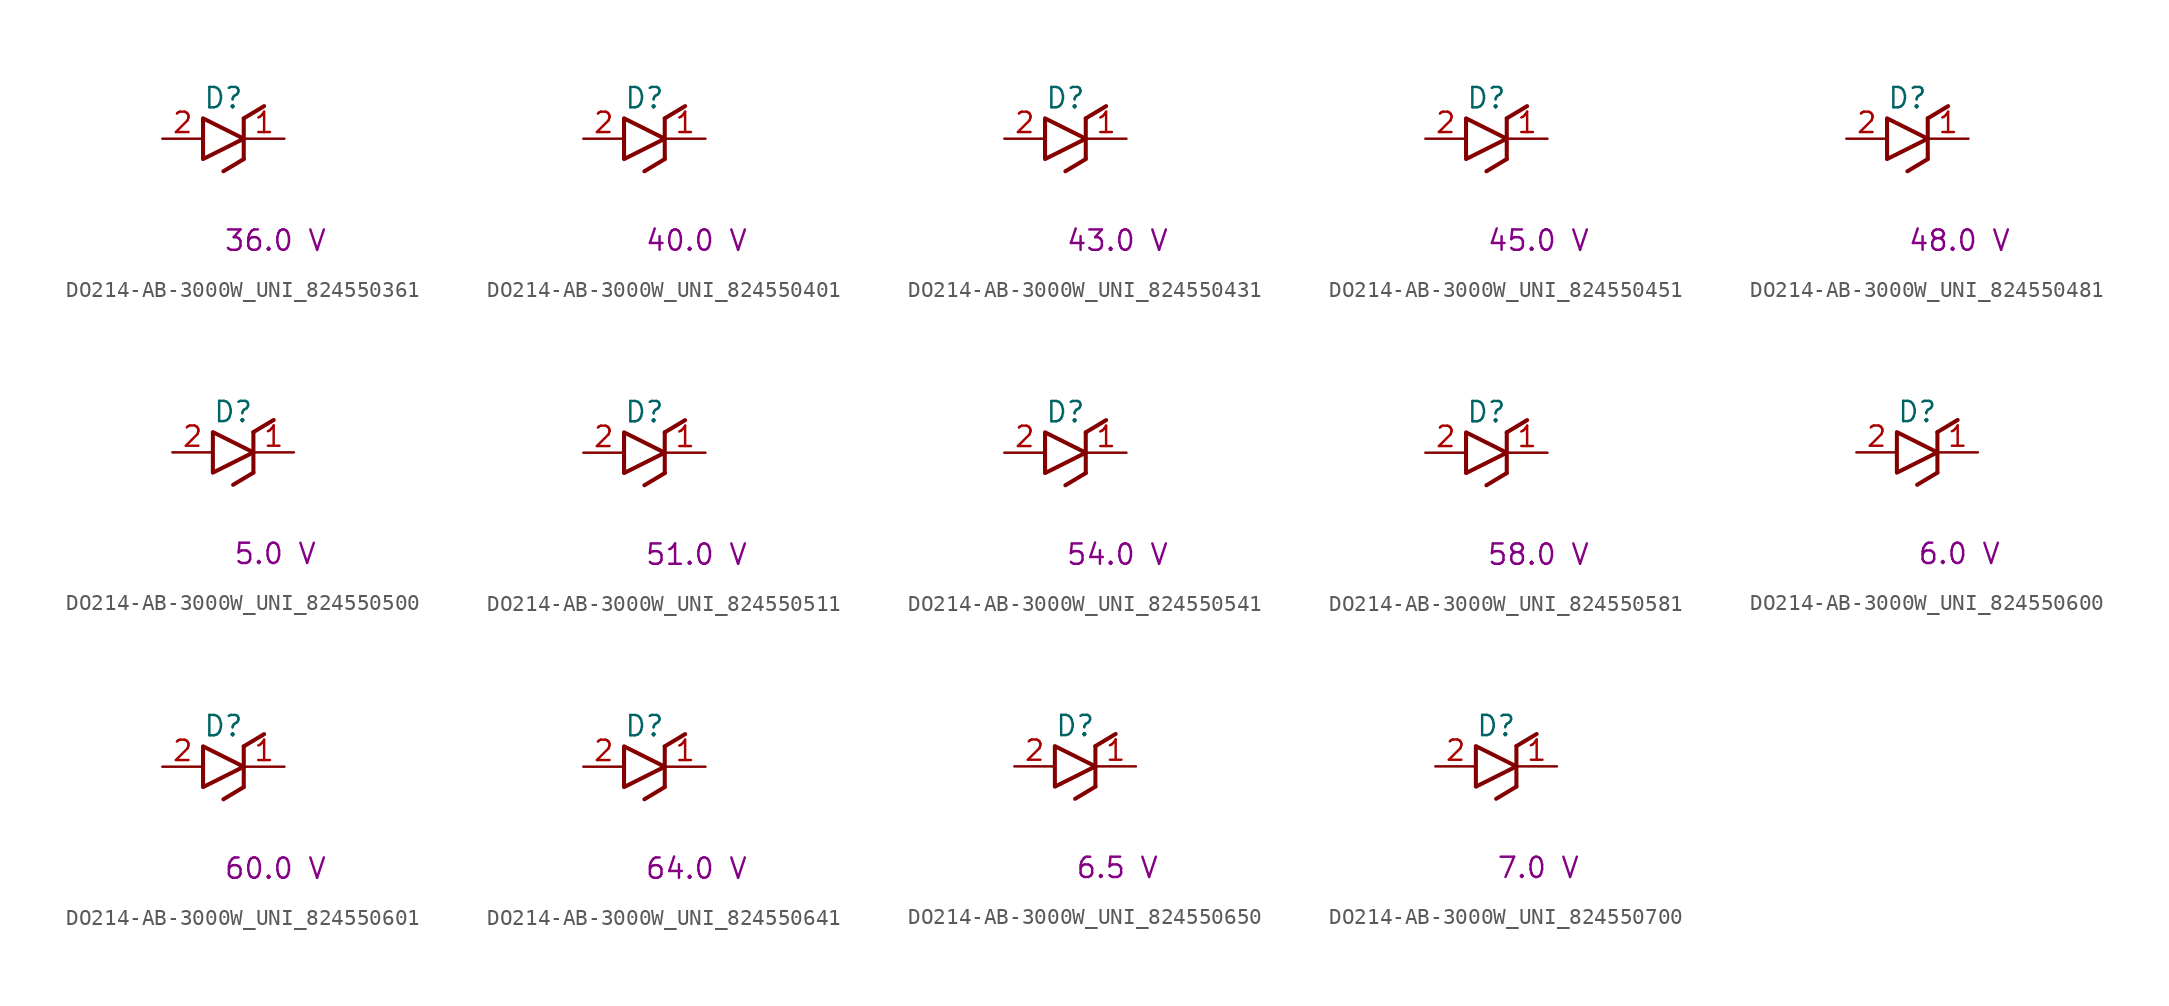
<source format=kicad_sym>
(kicad_symbol_lib
  (version 20220914)
  (generator kicad_symbol_editor)
  (symbol "DO214-AB-3000W_UNI_824550361"
    (pin_names hide)
    (property "Reference" "D"
      (at 0 2.54 0)
      (effects (font (size 1.27 1.27))))
    (property "Critical Parameter" "36.0 V"
      (at 0 -6.35 0)
      (effects (font (size 1.27 1.27)) (justify left)))
    (symbol "DO214-AB-3000W_UNI_824550361_1_1"
      (polyline (pts (xy 1.27 -1.27) (xy 0 -2.032)) (stroke (width 0.254) (type default)) (fill (type none)))
      (polyline (pts (xy 1.27 1.27) (xy 1.27 -1.27)) (stroke (width 0.254) (type default)) (fill (type none)))
      (polyline (pts (xy 1.27 1.27) (xy 2.54 2.032)) (stroke (width 0.254) (type default)) (fill (type none)))
      (polyline (pts (xy -1.27 1.27) (xy -1.27 -1.27) (xy 1.27 0) (xy -1.27 1.27)) (stroke (width 0.254) (type default)) (fill (type none)))
      (pin passive line (at -3.81 0 0) (length 2.54) (name "Anode" (effects (font (size 1.27 1.27)))) (number "2" (effects (font (size 1.27 1.27)))))
      (pin passive line (at 3.81 0 180) (length 2.54) (name "Cathode" (effects (font (size 1.27 1.27)))) (number "1" (effects (font (size 1.27 1.27)))))))
  (symbol "DO214-AB-3000W_UNI_824550401"
    (pin_names hide)
    (property "Reference" "D"
      (at 0 2.54 0)
      (effects (font (size 1.27 1.27))))
    (property "Critical Parameter" "40.0 V"
      (at 0 -6.35 0)
      (effects (font (size 1.27 1.27)) (justify left)))
    (symbol "DO214-AB-3000W_UNI_824550401_1_1"
      (polyline (pts (xy 1.27 -1.27) (xy 0 -2.032)) (stroke (width 0.254) (type default)) (fill (type none)))
      (polyline (pts (xy 1.27 1.27) (xy 1.27 -1.27)) (stroke (width 0.254) (type default)) (fill (type none)))
      (polyline (pts (xy 1.27 1.27) (xy 2.54 2.032)) (stroke (width 0.254) (type default)) (fill (type none)))
      (polyline (pts (xy -1.27 1.27) (xy -1.27 -1.27) (xy 1.27 0) (xy -1.27 1.27)) (stroke (width 0.254) (type default)) (fill (type none)))
      (pin passive line (at -3.81 0 0) (length 2.54) (name "Anode" (effects (font (size 1.27 1.27)))) (number "2" (effects (font (size 1.27 1.27)))))
      (pin passive line (at 3.81 0 180) (length 2.54) (name "Cathode" (effects (font (size 1.27 1.27)))) (number "1" (effects (font (size 1.27 1.27)))))))
  (symbol "DO214-AB-3000W_UNI_824550431"
    (pin_names hide)
    (property "Reference" "D"
      (at 0 2.54 0)
      (effects (font (size 1.27 1.27))))
    (property "Critical Parameter" "43.0 V"
      (at 0 -6.35 0)
      (effects (font (size 1.27 1.27)) (justify left)))
    (symbol "DO214-AB-3000W_UNI_824550431_1_1"
      (polyline (pts (xy 1.27 -1.27) (xy 0 -2.032)) (stroke (width 0.254) (type default)) (fill (type none)))
      (polyline (pts (xy 1.27 1.27) (xy 1.27 -1.27)) (stroke (width 0.254) (type default)) (fill (type none)))
      (polyline (pts (xy 1.27 1.27) (xy 2.54 2.032)) (stroke (width 0.254) (type default)) (fill (type none)))
      (polyline (pts (xy -1.27 1.27) (xy -1.27 -1.27) (xy 1.27 0) (xy -1.27 1.27)) (stroke (width 0.254) (type default)) (fill (type none)))
      (pin passive line (at -3.81 0 0) (length 2.54) (name "Anode" (effects (font (size 1.27 1.27)))) (number "2" (effects (font (size 1.27 1.27)))))
      (pin passive line (at 3.81 0 180) (length 2.54) (name "Cathode" (effects (font (size 1.27 1.27)))) (number "1" (effects (font (size 1.27 1.27)))))))
  (symbol "DO214-AB-3000W_UNI_824550451"
    (pin_names hide)
    (property "Reference" "D"
      (at 0 2.54 0)
      (effects (font (size 1.27 1.27))))
    (property "Critical Parameter" "45.0 V"
      (at 0 -6.35 0)
      (effects (font (size 1.27 1.27)) (justify left)))
    (symbol "DO214-AB-3000W_UNI_824550451_1_1"
      (polyline (pts (xy 1.27 -1.27) (xy 0 -2.032)) (stroke (width 0.254) (type default)) (fill (type none)))
      (polyline (pts (xy 1.27 1.27) (xy 1.27 -1.27)) (stroke (width 0.254) (type default)) (fill (type none)))
      (polyline (pts (xy 1.27 1.27) (xy 2.54 2.032)) (stroke (width 0.254) (type default)) (fill (type none)))
      (polyline (pts (xy -1.27 1.27) (xy -1.27 -1.27) (xy 1.27 0) (xy -1.27 1.27)) (stroke (width 0.254) (type default)) (fill (type none)))
      (pin passive line (at -3.81 0 0) (length 2.54) (name "Anode" (effects (font (size 1.27 1.27)))) (number "2" (effects (font (size 1.27 1.27)))))
      (pin passive line (at 3.81 0 180) (length 2.54) (name "Cathode" (effects (font (size 1.27 1.27)))) (number "1" (effects (font (size 1.27 1.27)))))))
  (symbol "DO214-AB-3000W_UNI_824550481"
    (pin_names hide)
    (property "Reference" "D"
      (at 0 2.54 0)
      (effects (font (size 1.27 1.27))))
    (property "Critical Parameter" "48.0 V"
      (at 0 -6.35 0)
      (effects (font (size 1.27 1.27)) (justify left)))
    (symbol "DO214-AB-3000W_UNI_824550481_1_1"
      (polyline (pts (xy 1.27 -1.27) (xy 0 -2.032)) (stroke (width 0.254) (type default)) (fill (type none)))
      (polyline (pts (xy 1.27 1.27) (xy 1.27 -1.27)) (stroke (width 0.254) (type default)) (fill (type none)))
      (polyline (pts (xy 1.27 1.27) (xy 2.54 2.032)) (stroke (width 0.254) (type default)) (fill (type none)))
      (polyline (pts (xy -1.27 1.27) (xy -1.27 -1.27) (xy 1.27 0) (xy -1.27 1.27)) (stroke (width 0.254) (type default)) (fill (type none)))
      (pin passive line (at -3.81 0 0) (length 2.54) (name "Anode" (effects (font (size 1.27 1.27)))) (number "2" (effects (font (size 1.27 1.27)))))
      (pin passive line (at 3.81 0 180) (length 2.54) (name "Cathode" (effects (font (size 1.27 1.27)))) (number "1" (effects (font (size 1.27 1.27)))))))
  (symbol "DO214-AB-3000W_UNI_824550500"
    (pin_names hide)
    (property "Reference" "D"
      (at 0 2.54 0)
      (effects (font (size 1.27 1.27))))
    (property "Critical Parameter" "5.0 V"
      (at 0 -6.35 0)
      (effects (font (size 1.27 1.27)) (justify left)))
    (symbol "DO214-AB-3000W_UNI_824550500_1_1"
      (polyline (pts (xy 1.27 -1.27) (xy 0 -2.032)) (stroke (width 0.254) (type default)) (fill (type none)))
      (polyline (pts (xy 1.27 1.27) (xy 1.27 -1.27)) (stroke (width 0.254) (type default)) (fill (type none)))
      (polyline (pts (xy 1.27 1.27) (xy 2.54 2.032)) (stroke (width 0.254) (type default)) (fill (type none)))
      (polyline (pts (xy -1.27 1.27) (xy -1.27 -1.27) (xy 1.27 0) (xy -1.27 1.27)) (stroke (width 0.254) (type default)) (fill (type none)))
      (pin passive line (at -3.81 0 0) (length 2.54) (name "Anode" (effects (font (size 1.27 1.27)))) (number "2" (effects (font (size 1.27 1.27)))))
      (pin passive line (at 3.81 0 180) (length 2.54) (name "Cathode" (effects (font (size 1.27 1.27)))) (number "1" (effects (font (size 1.27 1.27)))))))
  (symbol "DO214-AB-3000W_UNI_824550511"
    (pin_names hide)
    (property "Reference" "D"
      (at 0 2.54 0)
      (effects (font (size 1.27 1.27))))
    (property "Critical Parameter" "51.0 V"
      (at 0 -6.35 0)
      (effects (font (size 1.27 1.27)) (justify left)))
    (symbol "DO214-AB-3000W_UNI_824550511_1_1"
      (polyline (pts (xy 1.27 -1.27) (xy 0 -2.032)) (stroke (width 0.254) (type default)) (fill (type none)))
      (polyline (pts (xy 1.27 1.27) (xy 1.27 -1.27)) (stroke (width 0.254) (type default)) (fill (type none)))
      (polyline (pts (xy 1.27 1.27) (xy 2.54 2.032)) (stroke (width 0.254) (type default)) (fill (type none)))
      (polyline (pts (xy -1.27 1.27) (xy -1.27 -1.27) (xy 1.27 0) (xy -1.27 1.27)) (stroke (width 0.254) (type default)) (fill (type none)))
      (pin passive line (at -3.81 0 0) (length 2.54) (name "Anode" (effects (font (size 1.27 1.27)))) (number "2" (effects (font (size 1.27 1.27)))))
      (pin passive line (at 3.81 0 180) (length 2.54) (name "Cathode" (effects (font (size 1.27 1.27)))) (number "1" (effects (font (size 1.27 1.27)))))))
  (symbol "DO214-AB-3000W_UNI_824550541"
    (pin_names hide)
    (property "Reference" "D"
      (at 0 2.54 0)
      (effects (font (size 1.27 1.27))))
    (property "Critical Parameter" "54.0 V"
      (at 0 -6.35 0)
      (effects (font (size 1.27 1.27)) (justify left)))
    (symbol "DO214-AB-3000W_UNI_824550541_1_1"
      (polyline (pts (xy 1.27 -1.27) (xy 0 -2.032)) (stroke (width 0.254) (type default)) (fill (type none)))
      (polyline (pts (xy 1.27 1.27) (xy 1.27 -1.27)) (stroke (width 0.254) (type default)) (fill (type none)))
      (polyline (pts (xy 1.27 1.27) (xy 2.54 2.032)) (stroke (width 0.254) (type default)) (fill (type none)))
      (polyline (pts (xy -1.27 1.27) (xy -1.27 -1.27) (xy 1.27 0) (xy -1.27 1.27)) (stroke (width 0.254) (type default)) (fill (type none)))
      (pin passive line (at -3.81 0 0) (length 2.54) (name "Anode" (effects (font (size 1.27 1.27)))) (number "2" (effects (font (size 1.27 1.27)))))
      (pin passive line (at 3.81 0 180) (length 2.54) (name "Cathode" (effects (font (size 1.27 1.27)))) (number "1" (effects (font (size 1.27 1.27)))))))
  (symbol "DO214-AB-3000W_UNI_824550581"
    (pin_names hide)
    (property "Reference" "D"
      (at 0 2.54 0)
      (effects (font (size 1.27 1.27))))
    (property "Critical Parameter" "58.0 V"
      (at 0 -6.35 0)
      (effects (font (size 1.27 1.27)) (justify left)))
    (symbol "DO214-AB-3000W_UNI_824550581_1_1"
      (polyline (pts (xy 1.27 -1.27) (xy 0 -2.032)) (stroke (width 0.254) (type default)) (fill (type none)))
      (polyline (pts (xy 1.27 1.27) (xy 1.27 -1.27)) (stroke (width 0.254) (type default)) (fill (type none)))
      (polyline (pts (xy 1.27 1.27) (xy 2.54 2.032)) (stroke (width 0.254) (type default)) (fill (type none)))
      (polyline (pts (xy -1.27 1.27) (xy -1.27 -1.27) (xy 1.27 0) (xy -1.27 1.27)) (stroke (width 0.254) (type default)) (fill (type none)))
      (pin passive line (at -3.81 0 0) (length 2.54) (name "Anode" (effects (font (size 1.27 1.27)))) (number "2" (effects (font (size 1.27 1.27)))))
      (pin passive line (at 3.81 0 180) (length 2.54) (name "Cathode" (effects (font (size 1.27 1.27)))) (number "1" (effects (font (size 1.27 1.27)))))))
  (symbol "DO214-AB-3000W_UNI_824550600"
    (pin_names hide)
    (property "Reference" "D"
      (at 0 2.54 0)
      (effects (font (size 1.27 1.27))))
    (property "Critical Parameter" "6.0 V"
      (at 0 -6.35 0)
      (effects (font (size 1.27 1.27)) (justify left)))
    (symbol "DO214-AB-3000W_UNI_824550600_1_1"
      (polyline (pts (xy 1.27 -1.27) (xy 0 -2.032)) (stroke (width 0.254) (type default)) (fill (type none)))
      (polyline (pts (xy 1.27 1.27) (xy 1.27 -1.27)) (stroke (width 0.254) (type default)) (fill (type none)))
      (polyline (pts (xy 1.27 1.27) (xy 2.54 2.032)) (stroke (width 0.254) (type default)) (fill (type none)))
      (polyline (pts (xy -1.27 1.27) (xy -1.27 -1.27) (xy 1.27 0) (xy -1.27 1.27)) (stroke (width 0.254) (type default)) (fill (type none)))
      (pin passive line (at -3.81 0 0) (length 2.54) (name "Anode" (effects (font (size 1.27 1.27)))) (number "2" (effects (font (size 1.27 1.27)))))
      (pin passive line (at 3.81 0 180) (length 2.54) (name "Cathode" (effects (font (size 1.27 1.27)))) (number "1" (effects (font (size 1.27 1.27)))))))
  (symbol "DO214-AB-3000W_UNI_824550601"
    (pin_names hide)
    (property "Reference" "D"
      (at 0 2.54 0)
      (effects (font (size 1.27 1.27))))
    (property "Critical Parameter" "60.0 V"
      (at 0 -6.35 0)
      (effects (font (size 1.27 1.27)) (justify left)))
    (symbol "DO214-AB-3000W_UNI_824550601_1_1"
      (polyline (pts (xy 1.27 -1.27) (xy 0 -2.032)) (stroke (width 0.254) (type default)) (fill (type none)))
      (polyline (pts (xy 1.27 1.27) (xy 1.27 -1.27)) (stroke (width 0.254) (type default)) (fill (type none)))
      (polyline (pts (xy 1.27 1.27) (xy 2.54 2.032)) (stroke (width 0.254) (type default)) (fill (type none)))
      (polyline (pts (xy -1.27 1.27) (xy -1.27 -1.27) (xy 1.27 0) (xy -1.27 1.27)) (stroke (width 0.254) (type default)) (fill (type none)))
      (pin passive line (at -3.81 0 0) (length 2.54) (name "Anode" (effects (font (size 1.27 1.27)))) (number "2" (effects (font (size 1.27 1.27)))))
      (pin passive line (at 3.81 0 180) (length 2.54) (name "Cathode" (effects (font (size 1.27 1.27)))) (number "1" (effects (font (size 1.27 1.27)))))))
  (symbol "DO214-AB-3000W_UNI_824550641"
    (pin_names hide)
    (property "Reference" "D"
      (at 0 2.54 0)
      (effects (font (size 1.27 1.27))))
    (property "Critical Parameter" "64.0 V"
      (at 0 -6.35 0)
      (effects (font (size 1.27 1.27)) (justify left)))
    (symbol "DO214-AB-3000W_UNI_824550641_1_1"
      (polyline (pts (xy 1.27 -1.27) (xy 0 -2.032)) (stroke (width 0.254) (type default)) (fill (type none)))
      (polyline (pts (xy 1.27 1.27) (xy 1.27 -1.27)) (stroke (width 0.254) (type default)) (fill (type none)))
      (polyline (pts (xy 1.27 1.27) (xy 2.54 2.032)) (stroke (width 0.254) (type default)) (fill (type none)))
      (polyline (pts (xy -1.27 1.27) (xy -1.27 -1.27) (xy 1.27 0) (xy -1.27 1.27)) (stroke (width 0.254) (type default)) (fill (type none)))
      (pin passive line (at -3.81 0 0) (length 2.54) (name "Anode" (effects (font (size 1.27 1.27)))) (number "2" (effects (font (size 1.27 1.27)))))
      (pin passive line (at 3.81 0 180) (length 2.54) (name "Cathode" (effects (font (size 1.27 1.27)))) (number "1" (effects (font (size 1.27 1.27)))))))
  (symbol "DO214-AB-3000W_UNI_824550650"
    (pin_names hide)
    (property "Reference" "D"
      (at 0 2.54 0)
      (effects (font (size 1.27 1.27))))
    (property "Critical Parameter" "6.5 V"
      (at 0 -6.35 0)
      (effects (font (size 1.27 1.27)) (justify left)))
    (symbol "DO214-AB-3000W_UNI_824550650_1_1"
      (polyline (pts (xy 1.27 -1.27) (xy 0 -2.032)) (stroke (width 0.254) (type default)) (fill (type none)))
      (polyline (pts (xy 1.27 1.27) (xy 1.27 -1.27)) (stroke (width 0.254) (type default)) (fill (type none)))
      (polyline (pts (xy 1.27 1.27) (xy 2.54 2.032)) (stroke (width 0.254) (type default)) (fill (type none)))
      (polyline (pts (xy -1.27 1.27) (xy -1.27 -1.27) (xy 1.27 0) (xy -1.27 1.27)) (stroke (width 0.254) (type default)) (fill (type none)))
      (pin passive line (at -3.81 0 0) (length 2.54) (name "Anode" (effects (font (size 1.27 1.27)))) (number "2" (effects (font (size 1.27 1.27)))))
      (pin passive line (at 3.81 0 180) (length 2.54) (name "Cathode" (effects (font (size 1.27 1.27)))) (number "1" (effects (font (size 1.27 1.27)))))))
  (symbol "DO214-AB-3000W_UNI_824550700"
    (pin_names hide)
    (property "Reference" "D"
      (at 0 2.54 0)
      (effects (font (size 1.27 1.27))))
    (property "Critical Parameter" "7.0 V"
      (at 0 -6.35 0)
      (effects (font (size 1.27 1.27)) (justify left)))
    (symbol "DO214-AB-3000W_UNI_824550700_1_1"
      (polyline (pts (xy 1.27 -1.27) (xy 0 -2.032)) (stroke (width 0.254) (type default)) (fill (type none)))
      (polyline (pts (xy 1.27 1.27) (xy 1.27 -1.27)) (stroke (width 0.254) (type default)) (fill (type none)))
      (polyline (pts (xy 1.27 1.27) (xy 2.54 2.032)) (stroke (width 0.254) (type default)) (fill (type none)))
      (polyline (pts (xy -1.27 1.27) (xy -1.27 -1.27) (xy 1.27 0) (xy -1.27 1.27)) (stroke (width 0.254) (type default)) (fill (type none)))
      (pin passive line (at -3.81 0 0) (length 2.54) (name "Anode" (effects (font (size 1.27 1.27)))) (number "2" (effects (font (size 1.27 1.27)))))
      (pin passive line (at 3.81 0 180) (length 2.54) (name "Cathode" (effects (font (size 1.27 1.27)))) (number "1" (effects (font (size 1.27 1.27))))))))
</source>
